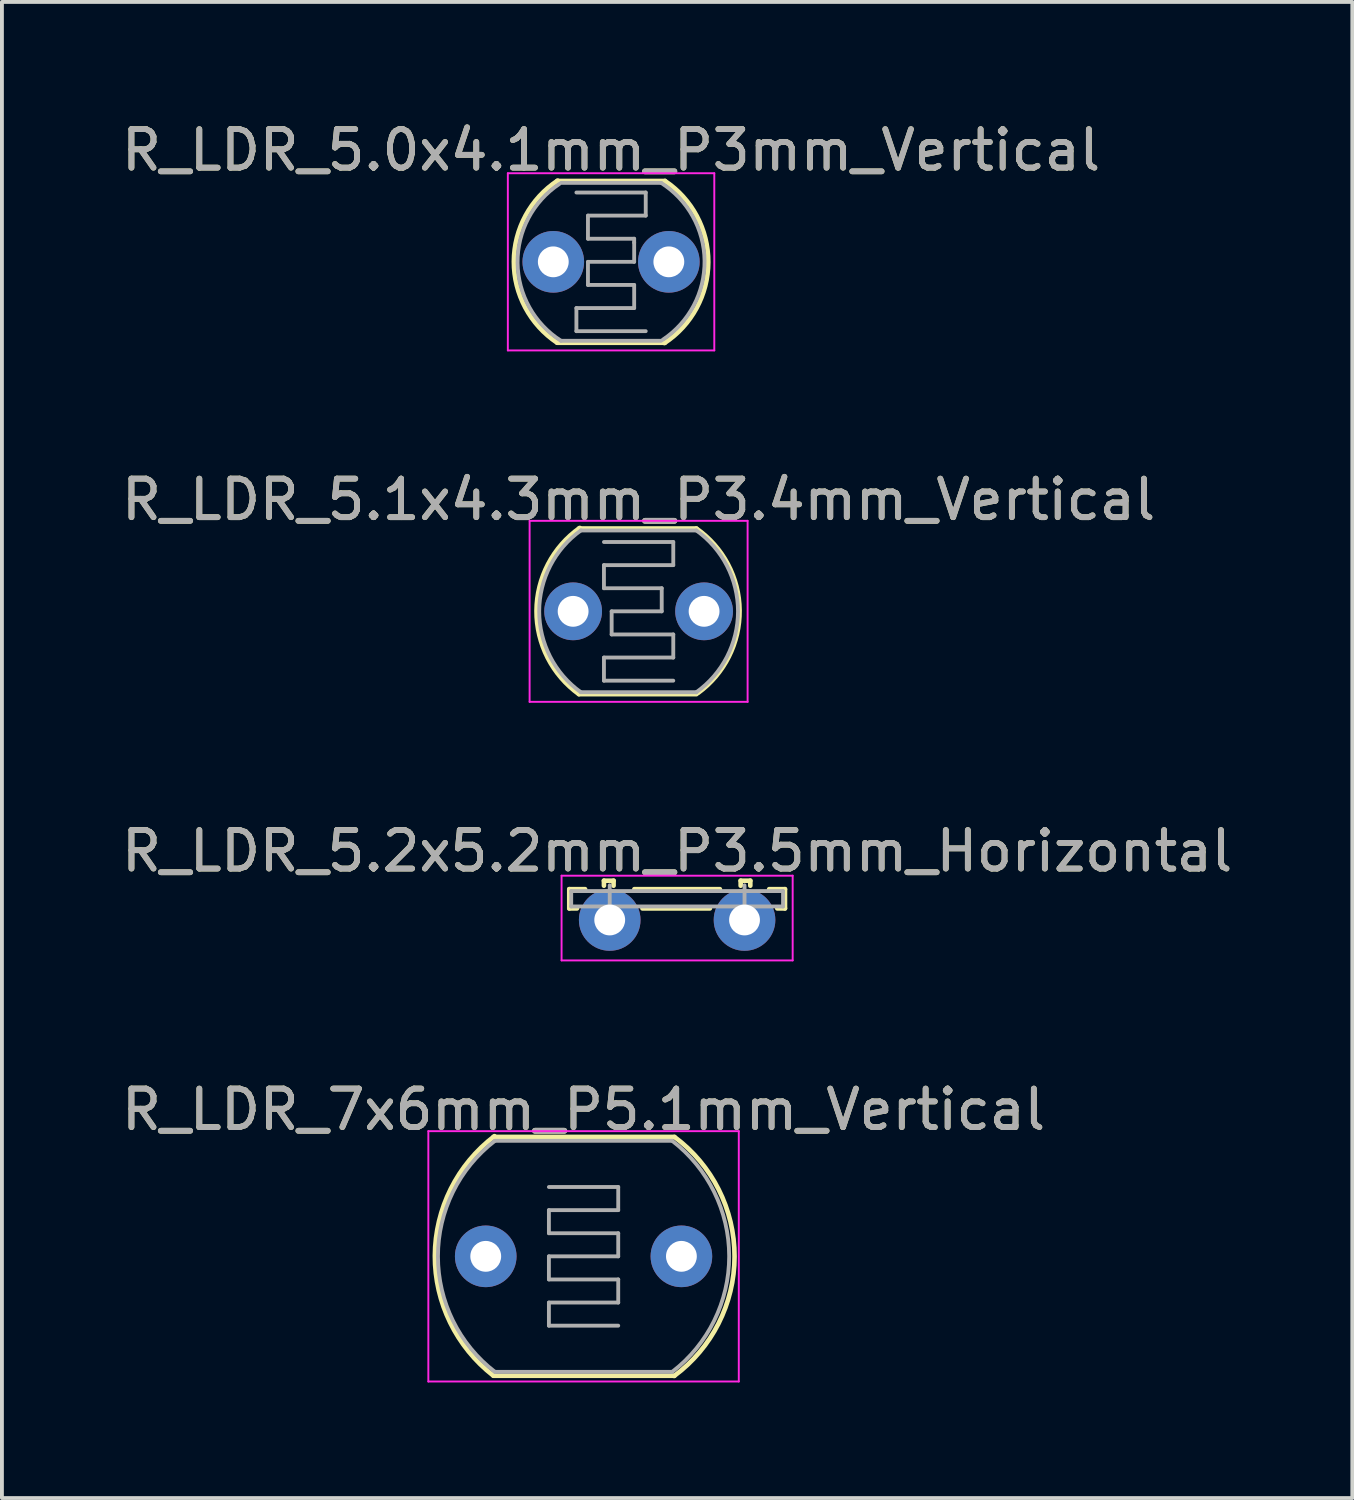
<source format=kicad_pcb>
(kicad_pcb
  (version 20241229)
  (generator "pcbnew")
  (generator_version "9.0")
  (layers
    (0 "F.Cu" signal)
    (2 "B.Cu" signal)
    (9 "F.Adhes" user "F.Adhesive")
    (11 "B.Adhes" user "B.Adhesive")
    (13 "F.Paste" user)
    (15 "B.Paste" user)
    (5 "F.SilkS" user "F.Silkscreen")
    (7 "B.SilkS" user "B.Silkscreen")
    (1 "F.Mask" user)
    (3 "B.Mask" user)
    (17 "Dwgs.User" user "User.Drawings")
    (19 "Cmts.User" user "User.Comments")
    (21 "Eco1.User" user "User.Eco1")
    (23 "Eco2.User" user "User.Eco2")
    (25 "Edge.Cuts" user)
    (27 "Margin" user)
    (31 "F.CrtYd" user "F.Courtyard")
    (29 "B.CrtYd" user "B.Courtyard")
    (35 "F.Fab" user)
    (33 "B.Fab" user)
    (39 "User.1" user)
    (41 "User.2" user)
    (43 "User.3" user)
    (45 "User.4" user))
  (footprint "R_LDR_5.0x4.1mm_P3mm_Vertical"
    (layer "F.Cu")
    (at 11.315 3.748)
    (property "Reference" "R_LDR_5.0x4.1mm_P3mm_Vertical" (at 1.5 -2.9 0) (layer "F.SilkS") (effects (font (size 1 1) (thickness 0.15))))
    (attr through_hole)
    (fp_line (start 0.1 -2.1) (end 2.9 -2.1) (stroke (width 0.12) (type solid)) (layer "F.SilkS"))
    (fp_line (start 0.1 2.1) (end 2.9 2.1) (stroke (width 0.12) (type solid)) (layer "F.SilkS"))
    (fp_arc (start 0.1 2.1) (mid -1.023872 -0.008372) (end 0.113963 -2.109242) (stroke (width 0.12) (type solid)) (layer "F.SilkS"))
    (fp_arc (start 2.9 -2.1) (mid 4.023872 0.008372) (end 2.886037 2.109242) (stroke (width 0.12) (type solid)) (layer "F.SilkS"))
    (fp_line (start -1.18 -2.3) (end -1.18 2.3) (stroke (width 0.05) (type solid)) (layer "F.CrtYd"))
    (fp_line (start -1.18 -2.3) (end 4.18 -2.3) (stroke (width 0.05) (type solid)) (layer "F.CrtYd"))
    (fp_line (start 4.18 2.3) (end -1.18 2.3) (stroke (width 0.05) (type solid)) (layer "F.CrtYd"))
    (fp_line (start 4.18 2.3) (end 4.18 -2.3) (stroke (width 0.05) (type solid)) (layer "F.CrtYd"))
    (fp_line (start 0.2 -2.05) (end 2.8 -2.05) (stroke (width 0.1) (type solid)) (layer "F.Fab"))
    (fp_line (start 0.6 -1.8) (end 2.4 -1.8) (stroke (width 0.1) (type solid)) (layer "F.Fab"))
    (fp_line (start 0.6 1.2) (end 0.6 1.8) (stroke (width 0.1) (type solid)) (layer "F.Fab"))
    (fp_line (start 0.6 1.2) (end 2.1 1.2) (stroke (width 0.1) (type solid)) (layer "F.Fab"))
    (fp_line (start 0.6 1.8) (end 2.4 1.8) (stroke (width 0.1) (type solid)) (layer "F.Fab"))
    (fp_line (start 0.9 -1.2) (end 2.4 -1.2) (stroke (width 0.1) (type solid)) (layer "F.Fab"))
    (fp_line (start 0.9 -0.6) (end 0.9 -1.2) (stroke (width 0.1) (type solid)) (layer "F.Fab"))
    (fp_line (start 0.9 0) (end 2.1 0) (stroke (width 0.1) (type solid)) (layer "F.Fab"))
    (fp_line (start 0.9 0.6) (end 0.9 0) (stroke (width 0.1) (type solid)) (layer "F.Fab"))
    (fp_line (start 2.1 -0.6) (end 0.9 -0.6) (stroke (width 0.1) (type solid)) (layer "F.Fab"))
    (fp_line (start 2.1 -0.5) (end 2.1 -0.6) (stroke (width 0.1) (type solid)) (layer "F.Fab"))
    (fp_line (start 2.1 0) (end 2.1 -0.5) (stroke (width 0.1) (type solid)) (layer "F.Fab"))
    (fp_line (start 2.1 0.6) (end 0.9 0.6) (stroke (width 0.1) (type solid)) (layer "F.Fab"))
    (fp_line (start 2.1 1.2) (end 2.1 0.6) (stroke (width 0.1) (type solid)) (layer "F.Fab"))
    (fp_line (start 2.4 -1.8) (end 2.4 -1.2) (stroke (width 0.1) (type solid)) (layer "F.Fab"))
    (fp_line (start 2.8 2.05) (end 0.2 2.05) (stroke (width 0.1) (type solid)) (layer "F.Fab"))
    (fp_arc (start 0.2 2.05) (mid -0.927305 0.026239) (end 0.155989 -2.021419) (stroke (width 0.1) (type solid)) (layer "F.Fab"))
    (fp_arc (start 2.8 -2.05) (mid 3.927305 -0.026239) (end 2.844011 2.021419) (stroke (width 0.1) (type solid)) (layer "F.Fab"))
    (fp_text user "${REFERENCE}" (at 1.5 -2.9 0) (layer "F.Fab") (effects (font (size 1 1) (thickness 0.15))))
    (pad "1" thru_hole circle (at 0 0) (size 1.6 1.6) (drill 0.8) (layers "*.Cu" "*.Mask"))
    (pad "2" thru_hole circle (at 3 0) (size 1.6 1.6) (drill 0.8) (layers "*.Cu" "*.Mask")))
  (footprint "R_LDR_7x6mm_P5.1mm_Vertical"
    (layer "F.Cu")
    (at 9.561 29.568)
    (property "Reference" "R_LDR_7x6mm_P5.1mm_Vertical" (at 2.54 -3.81 0) (layer "F.SilkS") (effects (font (size 1 1) (thickness 0.15))))
    (attr through_hole)
    (fp_line (start 0.2 -3.1) (end 4.9 -3.1) (stroke (width 0.12) (type solid)) (layer "F.SilkS"))
    (fp_line (start 0.2 3.1) (end 4.9 3.1) (stroke (width 0.12) (type solid)) (layer "F.SilkS"))
    (fp_arc (start 0.2 3.1) (mid -1.320423 -0.016888) (end 0.226796 -3.120561) (stroke (width 0.12) (type solid)) (layer "F.SilkS"))
    (fp_arc (start 4.9 -3.1) (mid 6.460049 0.00492) (end 4.89209 3.105853) (stroke (width 0.12) (type solid)) (layer "F.SilkS"))
    (fp_line (start -1.49 -3.25) (end -1.49 3.25) (stroke (width 0.05) (type solid)) (layer "F.CrtYd"))
    (fp_line (start -1.49 -3.25) (end 6.57 -3.25) (stroke (width 0.05) (type solid)) (layer "F.CrtYd"))
    (fp_line (start 6.57 3.25) (end -1.49 3.25) (stroke (width 0.05) (type solid)) (layer "F.CrtYd"))
    (fp_line (start 6.57 3.25) (end 6.57 -3.25) (stroke (width 0.05) (type solid)) (layer "F.CrtYd"))
    (fp_line (start 0.24 -3) (end 4.84 -3) (stroke (width 0.1) (type solid)) (layer "F.Fab"))
    (fp_line (start 1.64 -1.8) (end 3.44 -1.8) (stroke (width 0.1) (type solid)) (layer "F.Fab"))
    (fp_line (start 1.64 -1.2) (end 1.64 -0.6) (stroke (width 0.1) (type solid)) (layer "F.Fab"))
    (fp_line (start 1.64 -0.6) (end 3.44 -0.6) (stroke (width 0.1) (type solid)) (layer "F.Fab"))
    (fp_line (start 1.64 0) (end 1.64 0.6) (stroke (width 0.1) (type solid)) (layer "F.Fab"))
    (fp_line (start 1.64 0.6) (end 3.44 0.6) (stroke (width 0.1) (type solid)) (layer "F.Fab"))
    (fp_line (start 1.64 1.2) (end 1.64 1.8) (stroke (width 0.1) (type solid)) (layer "F.Fab"))
    (fp_line (start 1.64 1.8) (end 3.44 1.8) (stroke (width 0.1) (type solid)) (layer "F.Fab"))
    (fp_line (start 3.44 -1.8) (end 3.44 -1.2) (stroke (width 0.1) (type solid)) (layer "F.Fab"))
    (fp_line (start 3.44 -1.2) (end 1.64 -1.2) (stroke (width 0.1) (type solid)) (layer "F.Fab"))
    (fp_line (start 3.44 -0.6) (end 3.44 0) (stroke (width 0.1) (type solid)) (layer "F.Fab"))
    (fp_line (start 3.44 0) (end 1.64 0) (stroke (width 0.1) (type solid)) (layer "F.Fab"))
    (fp_line (start 3.44 0.6) (end 3.44 1.2) (stroke (width 0.1) (type solid)) (layer "F.Fab"))
    (fp_line (start 3.44 1.2) (end 1.64 1.2) (stroke (width 0.1) (type solid)) (layer "F.Fab"))
    (fp_line (start 4.84 3) (end 0.24 3) (stroke (width 0.1) (type solid)) (layer "F.Fab"))
    (fp_arc (start 0.24 3) (mid -1.240211 0.001572) (end 0.237506 -2.998087) (stroke (width 0.1) (type solid)) (layer "F.Fab"))
    (fp_arc (start 4.84 -3) (mid 6.320211 -0.001572) (end 4.842494 2.998087) (stroke (width 0.1) (type solid)) (layer "F.Fab"))
    (fp_text user "${REFERENCE}" (at 2.54 -3.81 0) (layer "F.Fab") (effects (font (size 1 1) (thickness 0.15))))
    (pad "1" thru_hole circle (at 0 0) (size 1.6 1.6) (drill 0.8) (layers "*.Cu" "*.Mask"))
    (pad "2" thru_hole circle (at 5.08 0) (size 1.6 1.6) (drill 0.8) (layers "*.Cu" "*.Mask")))
  (footprint "R_LDR_5.2x5.2mm_P3.5mm_Horizontal"
    (layer "F.Cu")
    (at 12.78 20.835)
    (property "Reference" "R_LDR_5.2x5.2mm_P3.5mm_Horizontal" (at 1.75 -1.79 0) (layer "F.SilkS") (effects (font (size 1 1) (thickness 0.15))))
    (attr through_hole)
    (fp_line (start -1.05 -0.8) (end -1.05 -0.3) (stroke (width 0.12) (type solid)) (layer "F.SilkS"))
    (fp_line (start -1.05 -0.3) (end -0.85 -0.3) (stroke (width 0.12) (type solid)) (layer "F.SilkS"))
    (fp_line (start -0.64 -0.8) (end -1.05 -0.8) (stroke (width 0.12) (type solid)) (layer "F.SilkS"))
    (fp_line (start -0.15 -1.02) (end -0.15 -0.89) (stroke (width 0.12) (type solid)) (layer "F.SilkS"))
    (fp_line (start -0.15 -1.02) (end 0.1 -1.02) (stroke (width 0.12) (type solid)) (layer "F.SilkS"))
    (fp_line (start 0.1 -1.02) (end 0.1 -0.89) (stroke (width 0.12) (type solid)) (layer "F.SilkS"))
    (fp_line (start 0.85 -0.3) (end 2.6 -0.3) (stroke (width 0.12) (type solid)) (layer "F.SilkS"))
    (fp_line (start 2.86 -0.8) (end 0.64 -0.8) (stroke (width 0.12) (type solid)) (layer "F.SilkS"))
    (fp_line (start 3.4 -1.02) (end 3.4 -0.89) (stroke (width 0.12) (type solid)) (layer "F.SilkS"))
    (fp_line (start 3.4 -1.02) (end 3.65 -1.02) (stroke (width 0.12) (type solid)) (layer "F.SilkS"))
    (fp_line (start 3.65 -1.02) (end 3.65 -0.89) (stroke (width 0.12) (type solid)) (layer "F.SilkS"))
    (fp_line (start 4.35 -0.3) (end 4.55 -0.3) (stroke (width 0.12) (type solid)) (layer "F.SilkS"))
    (fp_line (start 4.55 -0.8) (end 4.14 -0.8) (stroke (width 0.12) (type solid)) (layer "F.SilkS"))
    (fp_line (start 4.55 -0.3) (end 4.55 -0.8) (stroke (width 0.12) (type solid)) (layer "F.SilkS"))
    (fp_line (start -1.25 -1.15) (end -1.25 1.05) (stroke (width 0.05) (type solid)) (layer "F.CrtYd"))
    (fp_line (start -1.25 -1.15) (end 4.75 -1.15) (stroke (width 0.05) (type solid)) (layer "F.CrtYd"))
    (fp_line (start 4.75 1.05) (end -1.25 1.05) (stroke (width 0.05) (type solid)) (layer "F.CrtYd"))
    (fp_line (start 4.75 1.05) (end 4.75 -1.15) (stroke (width 0.05) (type solid)) (layer "F.CrtYd"))
    (fp_line (start -1 -0.75) (end 4.5 -0.75) (stroke (width 0.1) (type solid)) (layer "F.Fab"))
    (fp_line (start -1 -0.35) (end -1 -0.75) (stroke (width 0.1) (type solid)) (layer "F.Fab"))
    (fp_line (start 0 0) (end 0 -0.9) (stroke (width 0.1) (type solid)) (layer "F.Fab"))
    (fp_line (start 3.5 0) (end 3.5 -0.9) (stroke (width 0.1) (type solid)) (layer "F.Fab"))
    (fp_line (start 4.5 -0.75) (end 4.5 -0.35) (stroke (width 0.1) (type solid)) (layer "F.Fab"))
    (fp_line (start 4.5 -0.35) (end -1 -0.35) (stroke (width 0.1) (type solid)) (layer "F.Fab"))
    (fp_text user "${REFERENCE}" (at 1.75 -1.79 0) (layer "F.Fab") (effects (font (size 1 1) (thickness 0.15))))
    (pad "1" thru_hole circle (at 0 0) (size 1.6 1.6) (drill 0.8) (layers "*.Cu" "*.Mask"))
    (pad "2" thru_hole circle (at 3.5 0) (size 1.6 1.6) (drill 0.8) (layers "*.Cu" "*.Mask")))
  (footprint "R_LDR_5.1x4.3mm_P3.4mm_Vertical"
    (layer "F.Cu")
    (at 11.83 12.822)
    (property "Reference" "R_LDR_5.1x4.3mm_P3.4mm_Vertical" (at 1.7 -2.9 0) (layer "F.SilkS") (effects (font (size 1 1) (thickness 0.15))))
    (attr through_hole)
    (fp_line (start 0.15 -2.15) (end 3.2 -2.15) (stroke (width 0.12) (type solid)) (layer "F.SilkS"))
    (fp_line (start 0.15 2.15) (end 3.2 2.15) (stroke (width 0.12) (type solid)) (layer "F.SilkS"))
    (fp_arc (start 0.15 2.15) (mid -0.950438 -0.013368) (end 0.171766 -2.165525) (stroke (width 0.12) (type solid)) (layer "F.SilkS"))
    (fp_arc (start 3.2 -2.15) (mid 4.321403 -0.027338) (end 3.244513 2.118249) (stroke (width 0.12) (type solid)) (layer "F.SilkS"))
    (fp_line (start -1.13 -2.35) (end -1.13 2.35) (stroke (width 0.05) (type solid)) (layer "F.CrtYd"))
    (fp_line (start -1.13 -2.35) (end 4.53 -2.35) (stroke (width 0.05) (type solid)) (layer "F.CrtYd"))
    (fp_line (start 4.53 2.35) (end -1.13 2.35) (stroke (width 0.05) (type solid)) (layer "F.CrtYd"))
    (fp_line (start 4.53 2.35) (end 4.53 -2.35) (stroke (width 0.05) (type solid)) (layer "F.CrtYd"))
    (fp_line (start 0.2 -2.1) (end 3.2 -2.1) (stroke (width 0.1) (type solid)) (layer "F.Fab"))
    (fp_line (start 0.8 -1.8) (end 2.6 -1.8) (stroke (width 0.1) (type solid)) (layer "F.Fab"))
    (fp_line (start 0.8 -1.2) (end 0.8 -0.6) (stroke (width 0.1) (type solid)) (layer "F.Fab"))
    (fp_line (start 0.8 1.2) (end 0.8 1.8) (stroke (width 0.1) (type solid)) (layer "F.Fab"))
    (fp_line (start 0.8 1.8) (end 2.6 1.8) (stroke (width 0.1) (type solid)) (layer "F.Fab"))
    (fp_line (start 1 0) (end 1 0.6) (stroke (width 0.1) (type solid)) (layer "F.Fab"))
    (fp_line (start 1 0) (end 2.3 0) (stroke (width 0.1) (type solid)) (layer "F.Fab"))
    (fp_line (start 2.3 -0.6) (end 0.8 -0.6) (stroke (width 0.1) (type solid)) (layer "F.Fab"))
    (fp_line (start 2.3 0) (end 2.3 -0.6) (stroke (width 0.1) (type solid)) (layer "F.Fab"))
    (fp_line (start 2.6 -1.8) (end 2.6 -1.2) (stroke (width 0.1) (type solid)) (layer "F.Fab"))
    (fp_line (start 2.6 -1.2) (end 0.8 -1.2) (stroke (width 0.1) (type solid)) (layer "F.Fab"))
    (fp_line (start 2.6 0.6) (end 1 0.6) (stroke (width 0.1) (type solid)) (layer "F.Fab"))
    (fp_line (start 2.6 0.6) (end 2.6 1.2) (stroke (width 0.1) (type solid)) (layer "F.Fab"))
    (fp_line (start 2.6 1.2) (end 0.8 1.2) (stroke (width 0.1) (type solid)) (layer "F.Fab"))
    (fp_line (start 3.2 2.1) (end 0.2 2.1) (stroke (width 0.1) (type solid)) (layer "F.Fab"))
    (fp_arc (start 0.2 2.1) (mid -0.880697 -0.001697) (end 0.202763 -2.101971) (stroke (width 0.1) (type solid)) (layer "F.Fab"))
    (fp_arc (start 3.2 -2.1) (mid 4.280697 0.001697) (end 3.197237 2.101971) (stroke (width 0.1) (type solid)) (layer "F.Fab"))
    (fp_text user "${REFERENCE}" (at 1.7 -2.9 0) (layer "F.Fab") (effects (font (size 1 1) (thickness 0.15))))
    (pad "1" thru_hole circle (at 0 0) (size 1.5 1.5) (drill 0.8) (layers "*.Cu" "*.Mask"))
    (pad "2" thru_hole circle (at 3.4 0) (size 1.5 1.5) (drill 0.8) (layers "*.Cu" "*.Mask")))
  (gr_rect
    (start -3 -3)
    (end 32.06 35.843)
    (stroke (width 0.1) (type default))
    (fill no)
    (layer "Edge.Cuts")))
</source>
